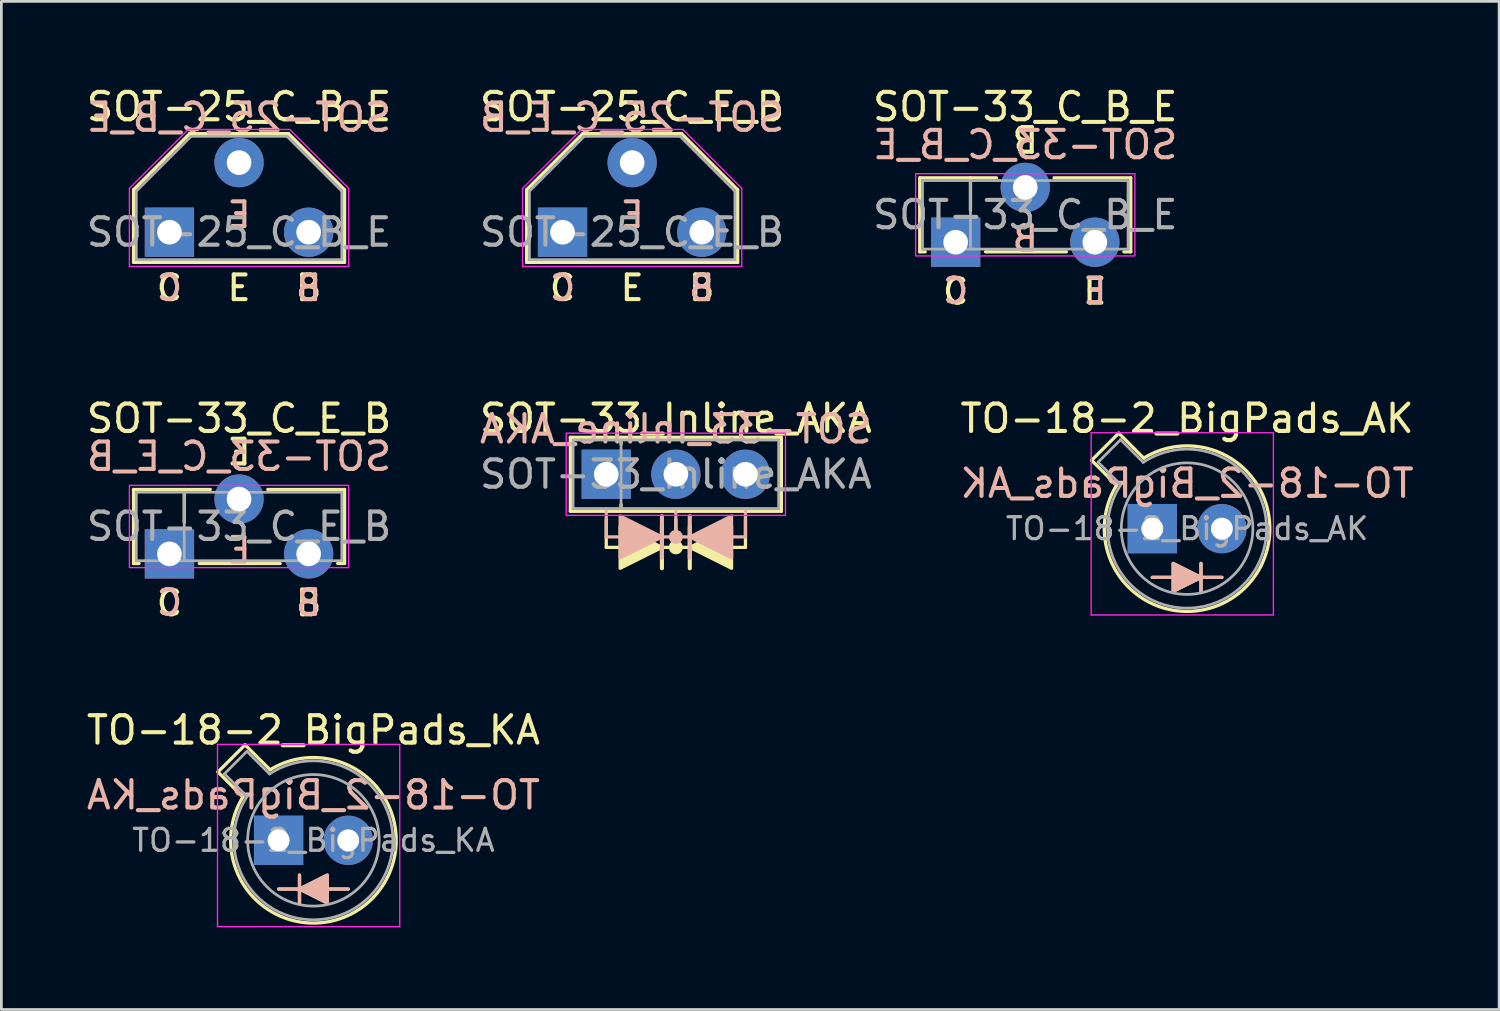
<source format=kicad_pcb>
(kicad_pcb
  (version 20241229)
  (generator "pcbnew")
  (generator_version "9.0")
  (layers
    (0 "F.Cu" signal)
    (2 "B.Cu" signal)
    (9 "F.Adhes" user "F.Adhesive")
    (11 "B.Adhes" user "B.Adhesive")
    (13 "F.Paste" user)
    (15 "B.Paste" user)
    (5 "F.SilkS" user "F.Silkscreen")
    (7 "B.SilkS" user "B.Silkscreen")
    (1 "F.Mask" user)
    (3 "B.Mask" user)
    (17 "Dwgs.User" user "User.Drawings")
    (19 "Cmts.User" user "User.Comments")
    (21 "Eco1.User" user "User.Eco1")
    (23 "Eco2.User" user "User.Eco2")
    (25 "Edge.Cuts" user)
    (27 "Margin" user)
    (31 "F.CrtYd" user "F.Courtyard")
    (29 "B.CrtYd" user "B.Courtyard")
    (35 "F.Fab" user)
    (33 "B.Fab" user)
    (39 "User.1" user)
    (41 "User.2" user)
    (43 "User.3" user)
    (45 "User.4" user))
  (footprint "SOT-33_Inline_AKA"
    (layer "F.Cu")
    (at 19.073 14.257)
    (property "Reference" "SOT-33_Inline_AKA" (at 2.54 -2.036 0) (layer "F.SilkS") (effects (font (size 1 1) (thickness 0.15))))
    (attr through_hole)
    (fp_line (start -1.31 -1.35) (end -1.31 1.35) (stroke (width 0.12) (type default)) (layer "F.SilkS"))
    (fp_line (start -1.31 1.35) (end 6.39 1.35) (stroke (width 0.12) (type default)) (layer "F.SilkS"))
    (fp_line (start 0 1.651) (end 0 2.667) (stroke (width 0.12) (type default)) (layer "F.SilkS"))
    (fp_line (start 0 2.667) (end 5.08 2.667) (stroke (width 0.12) (type default)) (layer "F.SilkS"))
    (fp_line (start 0.54 -1.35) (end 0.54 -1.1) (stroke (width 0.12) (type default)) (layer "F.SilkS"))
    (fp_line (start 0.54 1.35) (end 0.54 1.1) (stroke (width 0.12) (type default)) (layer "F.SilkS"))
    (fp_line (start 2.032 3.429) (end 2.032 1.905) (stroke (width 0.15) (type default)) (layer "F.SilkS"))
    (fp_line (start 2.54 1.651) (end 2.54 2.667) (stroke (width 0.12) (type default)) (layer "F.SilkS"))
    (fp_line (start 3.048 1.905) (end 3.048 3.429) (stroke (width 0.15) (type default)) (layer "F.SilkS"))
    (fp_line (start 5.08 2.667) (end 5.08 1.651) (stroke (width 0.12) (type default)) (layer "F.SilkS"))
    (fp_line (start 6.39 -1.35) (end -1.31 -1.35) (stroke (width 0.12) (type default)) (layer "F.SilkS"))
    (fp_line (start 6.39 1.35) (end 6.39 -1.35) (stroke (width 0.12) (type default)) (layer "F.SilkS"))
    (fp_circle (center 2.54 2.667) (end 2.72 2.667) (stroke (width 0.15) (type solid)) (fill yes) (layer "F.SilkS"))
    (fp_poly (pts (xy 2.032 2.667) (xy 0.508 3.429) (xy 0.508 1.905)) (stroke (width 0.12) (type solid)) (fill yes) (layer "F.SilkS"))
    (fp_poly (pts (xy 3.048 2.667) (xy 4.572 1.905) (xy 4.572 3.429)) (stroke (width 0.12) (type solid)) (fill yes) (layer "F.SilkS"))
    (fp_line (start 0 2.286) (end 0 1.27) (stroke (width 0.12) (type default)) (layer "B.SilkS"))
    (fp_line (start 2.032 1.524) (end 2.032 3.048) (stroke (width 0.15) (type default)) (layer "B.SilkS"))
    (fp_line (start 2.54 1.27) (end 2.54 2.286) (stroke (width 0.12) (type default)) (layer "B.SilkS"))
    (fp_line (start 3.048 3.048) (end 3.048 1.524) (stroke (width 0.15) (type default)) (layer "B.SilkS"))
    (fp_line (start 5.08 1.27) (end 5.08 2.286) (stroke (width 0.12) (type default)) (layer "B.SilkS"))
    (fp_line (start 5.08 2.286) (end 0 2.286) (stroke (width 0.12) (type default)) (layer "B.SilkS"))
    (fp_circle (center 2.54 2.286) (end 2.36 2.286) (stroke (width 0.15) (type solid)) (fill yes) (layer "B.SilkS"))
    (fp_poly (pts (xy 2.032 2.286) (xy 0.508 1.524) (xy 0.508 3.048)) (stroke (width 0.12) (type solid)) (fill yes) (layer "B.SilkS"))
    (fp_poly (pts (xy 3.048 2.286) (xy 4.572 3.048) (xy 4.572 1.524)) (stroke (width 0.12) (type solid)) (fill yes) (layer "B.SilkS"))
    (fp_rect (start -1.46 -1.5) (end 6.54 1.5) (stroke (width 0.05) (type default)) (fill no) (layer "F.CrtYd"))
    (fp_line (start 0.54 -1.25) (end 0.54 1.25) (stroke (width 0.1) (type default)) (layer "F.Fab"))
    (fp_rect (start -1.21 -1.25) (end 6.29 1.25) (stroke (width 0.1) (type default)) (fill no) (layer "F.Fab"))
    (fp_text user "${REFERENCE}" (at 2.54 -1.651 0) (layer "B.SilkS") (effects (font (size 1 1) (thickness 0.15)) (justify mirror)))
    (fp_text user "${REFERENCE}" (at 2.54 0 0) (layer "F.Fab") (effects (font (size 1 1) (thickness 0.15))))
    (pad "1" thru_hole rect (at 0 0 90) (size 1.8 1.8) (drill 0.9) (layers "*.Cu" "*.Mask"))
    (pad "2" thru_hole circle (at 2.54 0 90) (size 1.8 1.8) (drill 0.9) (layers "*.Cu" "*.Mask"))
    (pad "3" thru_hole circle (at 5.08 0 90) (size 1.8 1.8) (drill 0.9) (layers "*.Cu" "*.Mask")))
  (footprint "SOT-33_C_E_B"
    (layer "F.Cu")
    (at 3.133 17.162)
    (property "Reference" "SOT-33_C_E_B" (at 2.54 -4.941 0) (layer "F.SilkS") (effects (font (size 1 1) (thickness 0.15))))
    (attr through_hole)
    (fp_line (start -1.31 -2.35) (end -1.31 0.35) (stroke (width 0.12) (type default)) (layer "F.SilkS"))
    (fp_line (start -1.31 -2.35) (end 1.49 -2.35) (stroke (width 0.12) (type default)) (layer "F.SilkS"))
    (fp_line (start -1.31 0.35) (end -1.11 0.35) (stroke (width 0.12) (type default)) (layer "F.SilkS"))
    (fp_line (start 0.54 -2.35) (end 0.54 -1.15) (stroke (width 0.12) (type default)) (layer "F.SilkS"))
    (fp_line (start 1.09 0.35) (end 4.04 0.35) (stroke (width 0.12) (type default)) (layer "F.SilkS"))
    (fp_line (start 3.59 -2.35) (end 6.39 -2.35) (stroke (width 0.12) (type default)) (layer "F.SilkS"))
    (fp_line (start 6.39 0.35) (end 6.14 0.35) (stroke (width 0.12) (type default)) (layer "F.SilkS"))
    (fp_line (start 6.39 0.35) (end 6.39 -2.35) (stroke (width 0.12) (type default)) (layer "F.SilkS"))
    (fp_rect (start -1.46 -2.5) (end 6.54 0.5) (stroke (width 0.05) (type default)) (fill no) (layer "F.CrtYd"))
    (fp_line (start 0.54 -2.25) (end 0.54 0.25) (stroke (width 0.1) (type default)) (layer "F.Fab"))
    (fp_rect (start -1.21 -2.25) (end 6.29 0.25) (stroke (width 0.1) (type default)) (fill no) (layer "F.Fab"))
    (fp_text user "E" (at 2.54 -3.794 180) (unlocked yes) (layer "F.SilkS") (effects (font (size 0.9 0.9) (thickness 0.15))))
    (fp_text user "C" (at 0 1.794 0) (unlocked yes) (layer "F.SilkS") (effects (font (size 0.9 0.9) (thickness 0.15))))
    (fp_text user "B" (at 5.08 1.794 0) (unlocked yes) (layer "F.SilkS") (effects (font (size 0.9 0.9) (thickness 0.15))))
    (fp_text user "E" (at 2.54 -0.127 0) (unlocked yes) (layer "B.SilkS") (effects (font (size 0.9 0.9) (thickness 0.15)) (justify mirror)))
    (fp_text user "B" (at 5.08 1.778 0) (unlocked yes) (layer "B.SilkS") (effects (font (size 0.9 0.9) (thickness 0.15)) (justify mirror)))
    (fp_text user "${REFERENCE}" (at 2.54 -3.556 0) (layer "B.SilkS") (effects (font (size 1 1) (thickness 0.15)) (justify mirror)))
    (fp_text user "C" (at 0 1.778 0) (unlocked yes) (layer "B.SilkS") (effects (font (size 0.9 0.9) (thickness 0.15)) (justify mirror)))
    (fp_text user "${REFERENCE}" (at 2.54 -1 0) (layer "F.Fab") (effects (font (size 1 1) (thickness 0.15))))
    (pad "1" thru_hole rect (at 0 0 90) (size 1.8 1.8) (drill 0.9) (layers "*.Cu" "*.Mask"))
    (pad "2" thru_hole circle (at 2.54 -2 90) (size 1.8 1.8) (drill 0.9) (layers "*.Cu" "*.Mask"))
    (pad "3" thru_hole circle (at 5.08 0 90) (size 1.8 1.8) (drill 0.9) (layers "*.Cu" "*.Mask")))
  (footprint "SOT-25_C_B_E"
    (layer "F.Cu")
    (at 3.133 5.424)
    (property "Reference" "SOT-25_C_B_E" (at 2.54 -4.576 0) (layer "F.SilkS") (effects (font (size 1 1) (thickness 0.15))))
    (attr through_hole)
    (fp_line (start -1.31 -1.55) (end -1.31 1.1) (stroke (width 0.12) (type default)) (layer "F.SilkS"))
    (fp_line (start -1.31 1.1) (end 6.39 1.1) (stroke (width 0.12) (type default)) (layer "F.SilkS"))
    (fp_line (start 0.74 -3.6) (end -1.31 -1.55) (stroke (width 0.12) (type default)) (layer "F.SilkS"))
    (fp_line (start 4.34 -3.6) (end 0.74 -3.6) (stroke (width 0.12) (type default)) (layer "F.SilkS"))
    (fp_line (start 6.39 -1.55) (end 4.34 -3.6) (stroke (width 0.12) (type default)) (layer "F.SilkS"))
    (fp_line (start 6.39 1.1) (end 6.39 -1.55) (stroke (width 0.12) (type default)) (layer "F.SilkS"))
    (fp_line (start -1.46 -1.6) (end -1.46 1.25) (stroke (width 0.05) (type default)) (layer "F.CrtYd"))
    (fp_line (start -1.46 1.25) (end 6.54 1.25) (stroke (width 0.05) (type default)) (layer "F.CrtYd"))
    (fp_line (start 0.69 -3.75) (end -1.46 -1.6) (stroke (width 0.05) (type default)) (layer "F.CrtYd"))
    (fp_line (start 4.39 -3.75) (end 0.69 -3.75) (stroke (width 0.05) (type default)) (layer "F.CrtYd"))
    (fp_line (start 6.54 -1.6) (end 4.39 -3.75) (stroke (width 0.05) (type default)) (layer "F.CrtYd"))
    (fp_line (start 6.54 1.25) (end 6.54 -1.6) (stroke (width 0.05) (type default)) (layer "F.CrtYd"))
    (fp_line (start -1.21 1) (end -1.21 -1.5) (stroke (width 0.1) (type default)) (layer "F.Fab"))
    (fp_line (start -1.21 1) (end 6.29 1) (stroke (width 0.1) (type default)) (layer "F.Fab"))
    (fp_line (start 0.79 -3.5) (end -1.21 -1.5) (stroke (width 0.1) (type default)) (layer "F.Fab"))
    (fp_line (start 0.79 -3.5) (end 4.29 -3.5) (stroke (width 0.1) (type default)) (layer "F.Fab"))
    (fp_line (start 4.29 -3.5) (end 6.29 -1.5) (stroke (width 0.1) (type default)) (layer "F.Fab"))
    (fp_line (start 6.29 1) (end 6.29 -1.5) (stroke (width 0.1) (type default)) (layer "F.Fab"))
    (fp_text user "C" (at 0 2.032 0) (unlocked yes) (layer "F.SilkS") (effects (font (size 0.9 0.9) (thickness 0.15))))
    (fp_text user "B" (at 5.08 2.032 0) (unlocked yes) (layer "F.SilkS") (effects (font (size 0.9 0.9) (thickness 0.15))))
    (fp_text user "E" (at 2.54 2.032 0) (unlocked yes) (layer "F.SilkS") (effects (font (size 0.9 0.9) (thickness 0.15))))
    (fp_text user "B" (at 5.08 2.032 0) (unlocked yes) (layer "B.SilkS") (effects (font (size 0.9 0.9) (thickness 0.15)) (justify mirror)))
    (fp_text user "${REFERENCE}" (at 2.54 -4.191 0) (layer "B.SilkS") (effects (font (size 1 1) (thickness 0.15)) (justify mirror)))
    (fp_text user "C" (at 0 2.032 0) (unlocked yes) (layer "B.SilkS") (effects (font (size 0.9 0.9) (thickness 0.15)) (justify mirror)))
    (fp_text user "E" (at 2.54 -0.635 0) (unlocked yes) (layer "B.SilkS") (effects (font (size 0.9 0.9) (thickness 0.15)) (justify mirror)))
    (fp_text user "${REFERENCE}" (at 2.54 0 0) (layer "F.Fab") (effects (font (size 1 1) (thickness 0.15))))
    (pad "1" thru_hole rect (at 0 0 90) (size 1.8 1.8) (drill 0.9) (layers "*.Cu" "*.Mask"))
    (pad "2" thru_hole circle (at 2.54 -2.54 90) (size 1.8 1.8) (drill 0.9) (layers "*.Cu" "*.Mask"))
    (pad "3" thru_hole circle (at 5.08 0 90) (size 1.8 1.8) (drill 0.9) (layers "*.Cu" "*.Mask")))
  (footprint "TO-18-2_BigPads_KA"
    (layer "F.Cu")
    (at 7.117 27.614)
    (property "Reference" "TO-18-2_BigPads_KA" (at 1.27 -4.02 0) (layer "F.SilkS") (effects (font (size 1 1) (thickness 0.15))))
    (attr through_hole)
    (fp_line (start -2.214 -2.494) (end -1.302 -1.582) (stroke (width 0.12) (type solid)) (layer "F.SilkS"))
    (fp_line (start -1.224 -3.484) (end -2.214 -2.494) (stroke (width 0.12) (type solid)) (layer "F.SilkS"))
    (fp_line (start -0.312 -2.572) (end -1.224 -3.484) (stroke (width 0.12) (type solid)) (layer "F.SilkS"))
    (fp_line (start 0.762 2.286) (end 0.762 1.27) (stroke (width 0.12) (type default)) (layer "F.SilkS"))
    (fp_line (start 2.54 1.778) (end 0 1.778) (stroke (width 0.12) (type default)) (layer "F.SilkS"))
    (fp_arc (start -0.312331 -2.572281) (mid 3.405374 2.135551) (end -1.30215 -1.582544) (stroke (width 0.12) (type solid)) (layer "F.SilkS"))
    (fp_poly (pts (xy 1.778 2.286) (xy 0.762 1.778) (xy 1.778 1.27)) (stroke (width 0.12) (type solid)) (fill yes) (layer "F.SilkS"))
    (fp_line (start 0.762 1.27) (end 0.762 2.286) (stroke (width 0.12) (type default)) (layer "B.SilkS"))
    (fp_line (start 2.54 1.778) (end 0 1.778) (stroke (width 0.12) (type default)) (layer "B.SilkS"))
    (fp_poly (pts (xy 1.778 1.27) (xy 0.762 1.778) (xy 1.778 2.286)) (stroke (width 0.12) (type solid)) (fill yes) (layer "B.SilkS"))
    (fp_line (start -2.23 -3.5) (end -2.23 3.15) (stroke (width 0.05) (type solid)) (layer "F.CrtYd"))
    (fp_line (start -2.23 3.15) (end 4.42 3.15) (stroke (width 0.05) (type solid)) (layer "F.CrtYd"))
    (fp_line (start 4.42 -3.5) (end -2.23 -3.5) (stroke (width 0.05) (type solid)) (layer "F.CrtYd"))
    (fp_line (start 4.42 3.15) (end 4.42 -3.5) (stroke (width 0.05) (type solid)) (layer "F.CrtYd"))
    (fp_line (start -1.977 -2.426) (end -1.149 -1.599) (stroke (width 0.1) (type solid)) (layer "F.Fab"))
    (fp_line (start -1.156 -3.247) (end -1.977 -2.426) (stroke (width 0.1) (type solid)) (layer "F.Fab"))
    (fp_line (start -0.329 -2.419) (end -1.156 -3.247) (stroke (width 0.1) (type solid)) (layer "F.Fab"))
    (fp_arc (start -0.329057 -2.419301) (mid 3.321075 2.050145) (end -1.150029 -1.597956) (stroke (width 0.1) (type solid)) (layer "F.Fab"))
    (fp_circle (center 1.27 0) (end 3.67 0) (stroke (width 0.1) (type solid)) (fill no) (layer "F.Fab"))
    (fp_text user "${REFERENCE}" (at 1.27 -1.651 0) (layer "B.SilkS") (effects (font (size 1 1) (thickness 0.15)) (justify mirror)))
    (fp_text user "${REFERENCE}" (at 1.27 0 0) (layer "F.Fab") (effects (font (size 0.8 0.8) (thickness 0.12))))
    (pad "1" thru_hole rect (at 0 0) (size 1.8 1.8) (drill 0.8) (layers "*.Cu" "*.Mask"))
    (pad "2" thru_hole oval (at 2.54 0) (size 1.8 1.8) (drill 0.8) (layers "*.Cu" "*.Mask")))
  (footprint "SOT-25_C_E_B"
    (layer "F.Cu")
    (at 17.478 5.424)
    (property "Reference" "SOT-25_C_E_B" (at 2.54 -4.576 0) (layer "F.SilkS") (effects (font (size 1 1) (thickness 0.15))))
    (attr through_hole)
    (fp_line (start -1.31 -1.55) (end -1.31 1.1) (stroke (width 0.12) (type default)) (layer "F.SilkS"))
    (fp_line (start -1.31 1.1) (end 6.39 1.1) (stroke (width 0.12) (type default)) (layer "F.SilkS"))
    (fp_line (start 0.74 -3.6) (end -1.31 -1.55) (stroke (width 0.12) (type default)) (layer "F.SilkS"))
    (fp_line (start 4.34 -3.6) (end 0.74 -3.6) (stroke (width 0.12) (type default)) (layer "F.SilkS"))
    (fp_line (start 6.39 -1.55) (end 4.34 -3.6) (stroke (width 0.12) (type default)) (layer "F.SilkS"))
    (fp_line (start 6.39 1.1) (end 6.39 -1.55) (stroke (width 0.12) (type default)) (layer "F.SilkS"))
    (fp_line (start -1.46 -1.6) (end -1.46 1.25) (stroke (width 0.05) (type default)) (layer "F.CrtYd"))
    (fp_line (start -1.46 1.25) (end 6.54 1.25) (stroke (width 0.05) (type default)) (layer "F.CrtYd"))
    (fp_line (start 0.69 -3.75) (end -1.46 -1.6) (stroke (width 0.05) (type default)) (layer "F.CrtYd"))
    (fp_line (start 4.39 -3.75) (end 0.69 -3.75) (stroke (width 0.05) (type default)) (layer "F.CrtYd"))
    (fp_line (start 6.54 -1.6) (end 4.39 -3.75) (stroke (width 0.05) (type default)) (layer "F.CrtYd"))
    (fp_line (start 6.54 1.25) (end 6.54 -1.6) (stroke (width 0.05) (type default)) (layer "F.CrtYd"))
    (fp_line (start -1.21 1) (end -1.21 -1.5) (stroke (width 0.1) (type default)) (layer "F.Fab"))
    (fp_line (start -1.21 1) (end 6.29 1) (stroke (width 0.1) (type default)) (layer "F.Fab"))
    (fp_line (start 0.79 -3.5) (end -1.21 -1.5) (stroke (width 0.1) (type default)) (layer "F.Fab"))
    (fp_line (start 0.79 -3.5) (end 4.29 -3.5) (stroke (width 0.1) (type default)) (layer "F.Fab"))
    (fp_line (start 4.29 -3.5) (end 6.29 -1.5) (stroke (width 0.1) (type default)) (layer "F.Fab"))
    (fp_line (start 6.29 1) (end 6.29 -1.5) (stroke (width 0.1) (type default)) (layer "F.Fab"))
    (fp_text user "E" (at 2.54 2.032 0) (unlocked yes) (layer "F.SilkS") (effects (font (size 0.9 0.9) (thickness 0.15))))
    (fp_text user "C" (at 0 2.032 0) (unlocked yes) (layer "F.SilkS") (effects (font (size 0.9 0.9) (thickness 0.15))))
    (fp_text user "B" (at 5.08 2.032 0) (unlocked yes) (layer "F.SilkS") (effects (font (size 0.9 0.9) (thickness 0.15))))
    (fp_text user "${REFERENCE}" (at 2.54 -4.191 0) (layer "B.SilkS") (effects (font (size 1 1) (thickness 0.15)) (justify mirror)))
    (fp_text user "B" (at 5.08 2.032 0) (unlocked yes) (layer "B.SilkS") (effects (font (size 0.9 0.9) (thickness 0.15)) (justify mirror)))
    (fp_text user "C" (at 0 2.032 0) (unlocked yes) (layer "B.SilkS") (effects (font (size 0.9 0.9) (thickness 0.15)) (justify mirror)))
    (fp_text user "E" (at 2.54 -0.635 0) (unlocked yes) (layer "B.SilkS") (effects (font (size 0.9 0.9) (thickness 0.15)) (justify mirror)))
    (fp_text user "${REFERENCE}" (at 2.54 0 0) (layer "F.Fab") (effects (font (size 1 1) (thickness 0.15))))
    (pad "1" thru_hole rect (at 0 0 90) (size 1.8 1.8) (drill 0.9) (layers "*.Cu" "*.Mask"))
    (pad "2" thru_hole circle (at 2.54 -2.54 90) (size 1.8 1.8) (drill 0.9) (layers "*.Cu" "*.Mask"))
    (pad "3" thru_hole circle (at 5.08 0 90) (size 1.8 1.8) (drill 0.9) (layers "*.Cu" "*.Mask")))
  (footprint "TO-18-2_BigPads_AK"
    (layer "F.Cu")
    (at 38.998 16.241)
    (property "Reference" "TO-18-2_BigPads_AK" (at 1.27 -4.02 0) (layer "F.SilkS") (effects (font (size 1 1) (thickness 0.15))))
    (attr through_hole)
    (fp_line (start -2.214 -2.494) (end -1.302 -1.582) (stroke (width 0.12) (type solid)) (layer "F.SilkS"))
    (fp_line (start -1.224 -3.484) (end -2.214 -2.494) (stroke (width 0.12) (type solid)) (layer "F.SilkS"))
    (fp_line (start -0.312 -2.572) (end -1.224 -3.484) (stroke (width 0.12) (type solid)) (layer "F.SilkS"))
    (fp_line (start 0 1.778) (end 2.54 1.778) (stroke (width 0.12) (type default)) (layer "F.SilkS"))
    (fp_line (start 1.778 1.27) (end 1.778 2.286) (stroke (width 0.12) (type default)) (layer "F.SilkS"))
    (fp_arc (start -0.312331 -2.572281) (mid 3.405374 2.135551) (end -1.30215 -1.582544) (stroke (width 0.12) (type solid)) (layer "F.SilkS"))
    (fp_poly (pts (xy 0.762 1.27) (xy 1.778 1.778) (xy 0.762 2.286)) (stroke (width 0.12) (type solid)) (fill yes) (layer "F.SilkS"))
    (fp_line (start 0 1.778) (end 2.54 1.778) (stroke (width 0.12) (type default)) (layer "B.SilkS"))
    (fp_line (start 1.778 2.286) (end 1.778 1.27) (stroke (width 0.12) (type default)) (layer "B.SilkS"))
    (fp_poly (pts (xy 0.762 2.286) (xy 1.778 1.778) (xy 0.762 1.27)) (stroke (width 0.12) (type solid)) (fill yes) (layer "B.SilkS"))
    (fp_line (start -2.23 -3.5) (end -2.23 3.15) (stroke (width 0.05) (type solid)) (layer "F.CrtYd"))
    (fp_line (start -2.23 3.15) (end 4.42 3.15) (stroke (width 0.05) (type solid)) (layer "F.CrtYd"))
    (fp_line (start 4.42 -3.5) (end -2.23 -3.5) (stroke (width 0.05) (type solid)) (layer "F.CrtYd"))
    (fp_line (start 4.42 3.15) (end 4.42 -3.5) (stroke (width 0.05) (type solid)) (layer "F.CrtYd"))
    (fp_line (start -1.977 -2.426) (end -1.149 -1.599) (stroke (width 0.1) (type solid)) (layer "F.Fab"))
    (fp_line (start -1.156 -3.247) (end -1.977 -2.426) (stroke (width 0.1) (type solid)) (layer "F.Fab"))
    (fp_line (start -0.329 -2.419) (end -1.156 -3.247) (stroke (width 0.1) (type solid)) (layer "F.Fab"))
    (fp_arc (start -0.329057 -2.419301) (mid 3.321075 2.050145) (end -1.150029 -1.597956) (stroke (width 0.1) (type solid)) (layer "F.Fab"))
    (fp_circle (center 1.27 0) (end 3.67 0) (stroke (width 0.1) (type solid)) (fill no) (layer "F.Fab"))
    (fp_text user "${REFERENCE}" (at 1.27 -1.651 0) (layer "B.SilkS") (effects (font (size 1 1) (thickness 0.15)) (justify mirror)))
    (fp_text user "${REFERENCE}" (at 1.27 0 0) (layer "F.Fab") (effects (font (size 0.8 0.8) (thickness 0.12))))
    (pad "1" thru_hole rect (at 0 0) (size 1.8 1.8) (drill 0.8) (layers "*.Cu" "*.Mask"))
    (pad "2" thru_hole oval (at 2.54 0) (size 1.8 1.8) (drill 0.8) (layers "*.Cu" "*.Mask")))
  (footprint "SOT-33_C_B_E"
    (layer "F.Cu")
    (at 31.823 5.789)
    (property "Reference" "SOT-33_C_B_E" (at 2.54 -4.941 0) (layer "F.SilkS") (effects (font (size 1 1) (thickness 0.15))))
    (attr through_hole)
    (fp_line (start -1.31 -2.35) (end -1.31 0.35) (stroke (width 0.12) (type default)) (layer "F.SilkS"))
    (fp_line (start -1.31 -2.35) (end 1.49 -2.35) (stroke (width 0.12) (type default)) (layer "F.SilkS"))
    (fp_line (start -1.31 0.35) (end -1.11 0.35) (stroke (width 0.12) (type default)) (layer "F.SilkS"))
    (fp_line (start 0.54 -2.35) (end 0.54 -1.15) (stroke (width 0.12) (type default)) (layer "F.SilkS"))
    (fp_line (start 1.09 0.35) (end 4.04 0.35) (stroke (width 0.12) (type default)) (layer "F.SilkS"))
    (fp_line (start 3.59 -2.35) (end 6.39 -2.35) (stroke (width 0.12) (type default)) (layer "F.SilkS"))
    (fp_line (start 6.39 0.35) (end 6.14 0.35) (stroke (width 0.12) (type default)) (layer "F.SilkS"))
    (fp_line (start 6.39 0.35) (end 6.39 -2.35) (stroke (width 0.12) (type default)) (layer "F.SilkS"))
    (fp_rect (start -1.46 -2.5) (end 6.54 0.5) (stroke (width 0.05) (type default)) (fill no) (layer "F.CrtYd"))
    (fp_line (start 0.54 -2.25) (end 0.54 0.25) (stroke (width 0.1) (type default)) (layer "F.Fab"))
    (fp_rect (start -1.21 -2.25) (end 6.29 0.25) (stroke (width 0.1) (type default)) (fill no) (layer "F.Fab"))
    (fp_text user "E" (at 5.08 1.794 0) (unlocked yes) (layer "F.SilkS") (effects (font (size 0.9 0.9) (thickness 0.15))))
    (fp_text user "C" (at 0 1.794 0) (unlocked yes) (layer "F.SilkS") (effects (font (size 0.9 0.9) (thickness 0.15))))
    (fp_text user "B" (at 2.54 -3.794 180) (unlocked yes) (layer "F.SilkS") (effects (font (size 0.9 0.9) (thickness 0.15))))
    (fp_text user "${REFERENCE}" (at 2.54 -3.556 0) (layer "B.SilkS") (effects (font (size 1 1) (thickness 0.15)) (justify mirror)))
    (fp_text user "C" (at 0 1.778 0) (unlocked yes) (layer "B.SilkS") (effects (font (size 0.9 0.9) (thickness 0.15)) (justify mirror)))
    (fp_text user "E" (at 5.08 1.778 0) (unlocked yes) (layer "B.SilkS") (effects (font (size 0.9 0.9) (thickness 0.15)) (justify mirror)))
    (fp_text user "B" (at 2.54 -0.127 0) (unlocked yes) (layer "B.SilkS") (effects (font (size 0.9 0.9) (thickness 0.15)) (justify mirror)))
    (fp_text user "${REFERENCE}" (at 2.54 -1 0) (layer "F.Fab") (effects (font (size 1 1) (thickness 0.15))))
    (pad "1" thru_hole rect (at 0 0 90) (size 1.8 1.8) (drill 0.9) (layers "*.Cu" "*.Mask"))
    (pad "2" thru_hole circle (at 2.54 -2 90) (size 1.8 1.8) (drill 0.9) (layers "*.Cu" "*.Mask"))
    (pad "3" thru_hole circle (at 5.08 0 90) (size 1.8 1.8) (drill 0.9) (layers "*.Cu" "*.Mask")))
  (gr_rect
    (start -3 -3)
    (end 51.655 33.789)
    (stroke (width 0.1) (type default))
    (fill no)
    (layer "Edge.Cuts")))
</source>
